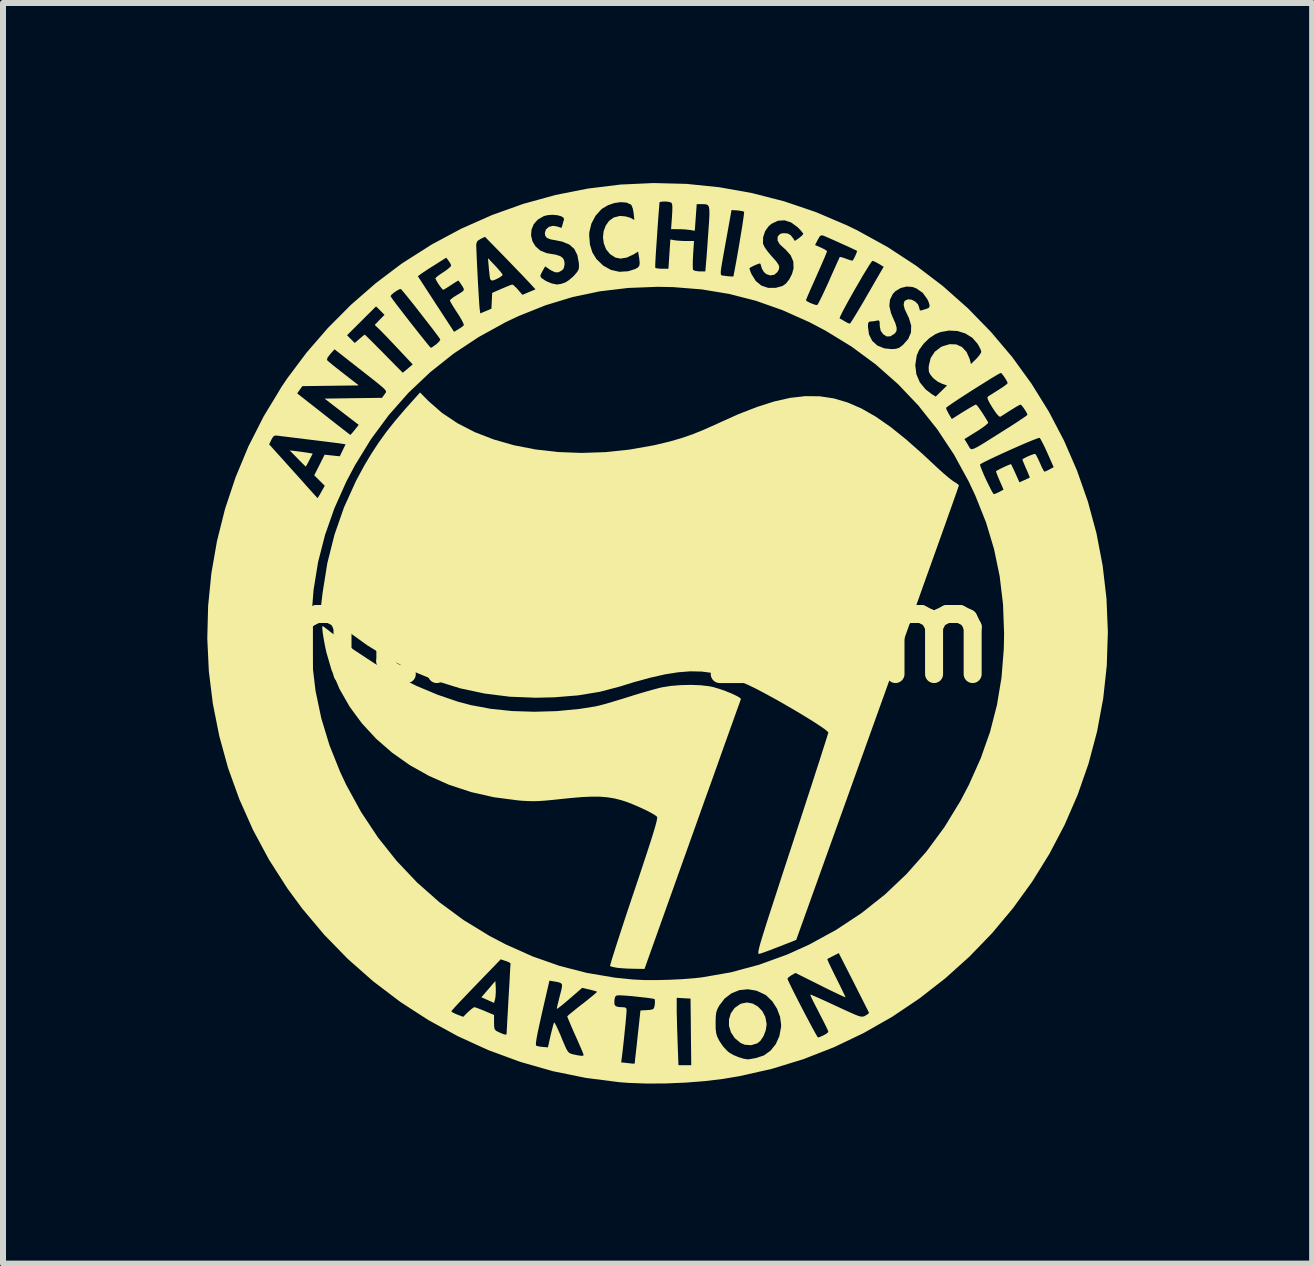
<source format=kicad_pcb>
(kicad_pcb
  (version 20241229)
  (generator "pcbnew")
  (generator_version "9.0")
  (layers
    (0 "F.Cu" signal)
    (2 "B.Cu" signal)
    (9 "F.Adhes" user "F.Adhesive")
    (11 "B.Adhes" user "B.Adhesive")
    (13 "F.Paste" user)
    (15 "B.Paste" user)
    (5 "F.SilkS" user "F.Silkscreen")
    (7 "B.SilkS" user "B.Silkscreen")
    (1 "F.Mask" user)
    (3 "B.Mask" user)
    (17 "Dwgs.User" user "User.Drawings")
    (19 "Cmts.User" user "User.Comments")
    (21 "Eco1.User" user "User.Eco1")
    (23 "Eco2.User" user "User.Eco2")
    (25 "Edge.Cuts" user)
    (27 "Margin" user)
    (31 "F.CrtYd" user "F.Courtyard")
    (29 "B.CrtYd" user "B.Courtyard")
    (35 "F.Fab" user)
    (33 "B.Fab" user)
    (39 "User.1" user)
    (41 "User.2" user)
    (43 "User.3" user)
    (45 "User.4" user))
  (footprint "antifa-15mm"
    (layer "F.Cu")
    (at 7.907 7.503)
    (property "Reference" "antifa-15mm" (at 0 0 0) (layer "F.SilkS") (effects (font (size 1.5 1.5) (thickness 0.3))))
    (attr board_only exclude_from_pos_files exclude_from_bom)
    (fp_poly (pts (xy -2.696 5.911) (xy -2.696 5.992) (xy -2.702 6.065) (xy -2.707 6.093) (xy -2.725 6.158) (xy -2.83 6.111) (xy -2.936 6.064) (xy -2.819 5.929) (xy -2.703 5.793)) (stroke (width 0) (type solid)) (fill yes) (layer "F.SilkS"))
    (fp_poly (pts (xy -6.009 -3.034) (xy -5.926 -3.023) (xy -5.849 -3.012) (xy -5.818 -3.007) (xy -5.747 -2.995) (xy -5.802 -2.887) (xy -5.833 -2.828) (xy -5.855 -2.789) (xy -5.862 -2.779) (xy -5.879 -2.794) (xy -5.919 -2.833) (xy -5.975 -2.889) (xy -5.999 -2.914) (xy -6.13 -3.048)) (stroke (width 0) (type solid)) (fill yes) (layer "F.SilkS"))
    (fp_poly (pts (xy -2.704 -6.123) (xy -2.647 -6.06) (xy -2.604 -6.009) (xy -2.583 -5.977) (xy -2.582 -5.973) (xy -2.6 -5.952) (xy -2.643 -5.924) (xy -2.696 -5.897) (xy -2.743 -5.88) (xy -2.759 -5.878) (xy -2.785 -5.895) (xy -2.789 -5.905) (xy -2.796 -5.939) (xy -2.803 -6.004) (xy -2.812 -6.086) (xy -2.812 -6.092) (xy -2.826 -6.251)) (stroke (width 0) (type solid)) (fill yes) (layer "F.SilkS"))
    (fp_poly (pts (xy 1.585 6.169) (xy 1.672 6.219) (xy 1.745 6.295) (xy 1.795 6.391) (xy 1.816 6.501) (xy 1.817 6.519) (xy 1.802 6.617) (xy 1.765 6.712) (xy 1.714 6.789) (xy 1.662 6.832) (xy 1.558 6.863) (xy 1.452 6.855) (xy 1.382 6.825) (xy 1.286 6.745) (xy 1.222 6.648) (xy 1.19 6.541) (xy 1.19 6.433) (xy 1.221 6.331) (xy 1.283 6.243) (xy 1.377 6.177) (xy 1.392 6.17) (xy 1.489 6.151)) (stroke (width 0) (type solid)) (fill yes) (layer "F.SilkS"))
    (fp_poly (pts (xy -5.56 -0.108) (xy -5.513 -0.072) (xy -5.446 -0.02) (xy -5.377 0.035) (xy -5.062 0.274) (xy -4.725 0.496) (xy -4.374 0.698) (xy -4.017 0.876) (xy -3.661 1.025) (xy -3.314 1.143) (xy -3.106 1.197) (xy -2.779 1.258) (xy -2.425 1.295) (xy -2.054 1.307) (xy -1.677 1.296) (xy -1.304 1.26) (xy -1.037 1.218) (xy -0.972 1.203) (xy -0.874 1.177) (xy -0.754 1.142) (xy -0.622 1.102) (xy -0.505 1.066) (xy -0.365 1.022) (xy -0.224 0.98) (xy -0.094 0.943) (xy 0.014 0.914) (xy 0.077 0.899) (xy 0.223 0.876) (xy 0.387 0.863) (xy 0.556 0.859) (xy 0.717 0.865) (xy 0.857 0.881) (xy 0.929 0.896) (xy 1.03 0.926) (xy 1.132 0.962) (xy 1.227 1) (xy 1.306 1.037) (xy 1.363 1.068) (xy 1.388 1.091) (xy 1.388 1.096) (xy 1.38 1.119) (xy 1.358 1.182) (xy 1.322 1.28) (xy 1.275 1.412) (xy 1.217 1.574) (xy 1.149 1.764) (xy 1.072 1.979) (xy 0.988 2.216) (xy 0.896 2.474) (xy 0.797 2.748) (xy 0.694 3.037) (xy 0.587 3.337) (xy 0.58 3.356) (xy -0.218 5.592) (xy -0.406 5.589) (xy -0.506 5.586) (xy -0.602 5.58) (xy -0.676 5.573) (xy -0.686 5.571) (xy -0.746 5.559) (xy -0.786 5.547) (xy -0.792 5.543) (xy -0.787 5.521) (xy -0.77 5.46) (xy -0.741 5.366) (xy -0.701 5.24) (xy -0.652 5.088) (xy -0.595 4.913) (xy -0.531 4.718) (xy -0.461 4.507) (xy -0.394 4.309) (xy -0.305 4.044) (xy -0.23 3.818) (xy -0.167 3.627) (xy -0.116 3.47) (xy -0.076 3.342) (xy -0.046 3.243) (xy -0.025 3.167) (xy -0.012 3.113) (xy -0.007 3.078) (xy -0.008 3.059) (xy -0.01 3.055) (xy -0.048 3.026) (xy -0.118 2.986) (xy -0.21 2.939) (xy -0.314 2.891) (xy -0.422 2.845) (xy -0.524 2.806) (xy -0.604 2.78) (xy -0.72 2.751) (xy -0.836 2.732) (xy -0.958 2.722) (xy -1.095 2.721) (xy -1.256 2.728) (xy -1.446 2.744) (xy -1.579 2.758) (xy -1.741 2.775) (xy -1.869 2.787) (xy -1.974 2.794) (xy -2.066 2.797) (xy -2.154 2.795) (xy -2.249 2.79) (xy -2.332 2.783) (xy -2.728 2.731) (xy -3.107 2.645) (xy -3.469 2.526) (xy -3.81 2.375) (xy -4.129 2.196) (xy -4.423 1.989) (xy -4.689 1.757) (xy -4.926 1.501) (xy -5.13 1.224) (xy -5.3 0.927) (xy -5.433 0.611) (xy -5.521 0.308) (xy -5.546 0.188) (xy -5.566 0.078) (xy -5.58 -0.014) (xy -5.587 -0.082) (xy -5.585 -0.117) (xy -5.581 -0.121)) (stroke (width 0) (type solid)) (fill yes) (layer "F.SilkS"))
    (fp_poly (pts (xy -3.816 -3.869) (xy -3.592 -3.673) (xy -3.335 -3.501) (xy -3.047 -3.353) (xy -2.732 -3.231) (xy -2.394 -3.134) (xy -2.035 -3.064) (xy -1.66 -3.021) (xy -1.272 -3.006) (xy -0.874 -3.019) (xy -0.471 -3.061) (xy -0.064 -3.133) (xy -0.015 -3.144) (xy 0.198 -3.195) (xy 0.392 -3.251) (xy 0.579 -3.315) (xy 0.774 -3.394) (xy 0.991 -3.491) (xy 1.018 -3.504) (xy 1.35 -3.653) (xy 1.657 -3.772) (xy 1.941 -3.863) (xy 2.207 -3.923) (xy 2.459 -3.952) (xy 2.7 -3.95) (xy 2.934 -3.915) (xy 3.166 -3.847) (xy 3.398 -3.746) (xy 3.636 -3.61) (xy 3.882 -3.439) (xy 4.141 -3.231) (xy 4.417 -2.987) (xy 4.571 -2.843) (xy 4.669 -2.752) (xy 4.762 -2.668) (xy 4.844 -2.598) (xy 4.907 -2.549) (xy 4.939 -2.527) (xy 4.989 -2.496) (xy 5.018 -2.47) (xy 5.021 -2.464) (xy 5.013 -2.441) (xy 4.992 -2.38) (xy 4.957 -2.281) (xy 4.91 -2.147) (xy 4.85 -1.979) (xy 4.78 -1.781) (xy 4.699 -1.554) (xy 4.608 -1.3) (xy 4.508 -1.021) (xy 4.4 -0.719) (xy 4.285 -0.396) (xy 4.163 -0.055) (xy 4.035 0.302) (xy 3.901 0.675) (xy 3.763 1.06) (xy 3.665 1.332) (xy 2.31 5.108) (xy 2.034 5.217) (xy 1.927 5.258) (xy 1.83 5.295) (xy 1.752 5.323) (xy 1.705 5.338) (xy 1.7 5.339) (xy 1.69 5.341) (xy 1.683 5.339) (xy 1.679 5.33) (xy 1.678 5.313) (xy 1.683 5.284) (xy 1.692 5.241) (xy 1.708 5.181) (xy 1.731 5.103) (xy 1.762 5.002) (xy 1.801 4.878) (xy 1.849 4.727) (xy 1.908 4.546) (xy 1.977 4.334) (xy 2.057 4.087) (xy 2.15 3.803) (xy 2.244 3.517) (xy 2.333 3.243) (xy 2.419 2.981) (xy 2.499 2.734) (xy 2.574 2.505) (xy 2.641 2.296) (xy 2.701 2.112) (xy 2.751 1.954) (xy 2.792 1.826) (xy 2.822 1.731) (xy 2.84 1.673) (xy 2.845 1.653) (xy 2.826 1.63) (xy 2.774 1.589) (xy 2.693 1.534) (xy 2.589 1.466) (xy 2.466 1.39) (xy 2.33 1.308) (xy 2.186 1.224) (xy 2.039 1.139) (xy 1.893 1.058) (xy 1.754 0.983) (xy 1.628 0.917) (xy 1.519 0.864) (xy 1.486 0.849) (xy 1.29 0.767) (xy 1.103 0.704) (xy 0.92 0.661) (xy 0.736 0.637) (xy 0.546 0.633) (xy 0.342 0.649) (xy 0.121 0.684) (xy -0.124 0.74) (xy -0.398 0.815) (xy -0.637 0.889) (xy -0.966 0.975) (xy -1.327 1.034) (xy -1.721 1.066) (xy -2.032 1.073) (xy -2.463 1.056) (xy -2.879 1.004) (xy -3.283 0.918) (xy -3.677 0.796) (xy -4.066 0.636) (xy -4.452 0.438) (xy -4.838 0.199) (xy -5.226 -0.08) (xy -5.554 -0.344) (xy -5.615 -0.396) (xy -5.582 -0.674) (xy -5.503 -1.168) (xy -5.384 -1.642) (xy -5.225 -2.099) (xy -5.025 -2.54) (xy -4.888 -2.794) (xy -4.769 -2.993) (xy -4.649 -3.176) (xy -4.522 -3.353) (xy -4.378 -3.534) (xy -4.213 -3.728) (xy -4.122 -3.83) (xy -3.958 -4.013)) (stroke (width 0) (type solid)) (fill yes) (layer "F.SilkS"))
    (fp_poly (pts (xy 0.482 -7.489) (xy 1.029 -7.433) (xy 1.573 -7.336) (xy 2.11 -7.198) (xy 2.638 -7.019) (xy 3.156 -6.798) (xy 3.329 -6.714) (xy 3.832 -6.437) (xy 4.306 -6.127) (xy 4.753 -5.787) (xy 5.169 -5.418) (xy 5.555 -5.022) (xy 5.91 -4.602) (xy 6.231 -4.159) (xy 6.519 -3.695) (xy 6.772 -3.212) (xy 6.989 -2.712) (xy 7.17 -2.196) (xy 7.313 -1.668) (xy 7.416 -1.129) (xy 7.48 -0.58) (xy 7.503 -0.025) (xy 7.485 0.537) (xy 7.425 1.088) (xy 7.323 1.636) (xy 7.181 2.17) (xy 7 2.69) (xy 6.782 3.192) (xy 6.528 3.676) (xy 6.241 4.139) (xy 5.922 4.58) (xy 5.573 4.997) (xy 5.195 5.388) (xy 4.791 5.751) (xy 4.362 6.085) (xy 3.91 6.389) (xy 3.436 6.659) (xy 2.943 6.895) (xy 2.432 7.095) (xy 1.904 7.257) (xy 1.363 7.379) (xy 1.088 7.425) (xy 0.789 7.461) (xy 0.47 7.486) (xy 0.142 7.5) (xy -0.178 7.502) (xy -0.479 7.491) (xy -0.63 7.48) (xy -1.195 7.408) (xy -1.749 7.295) (xy -2.29 7.14) (xy -2.817 6.946) (xy -3 6.863) (xy -2.027 6.863) (xy -2.023 6.87) (xy -1.986 6.882) (xy -1.926 6.891) (xy -1.913 6.892) (xy -1.827 6.899) (xy -1.782 6.697) (xy -1.76 6.608) (xy -1.742 6.537) (xy -1.728 6.492) (xy -1.723 6.483) (xy -1.711 6.498) (xy -1.685 6.546) (xy -1.651 6.62) (xy -1.61 6.714) (xy -1.603 6.733) (xy -1.558 6.84) (xy -1.526 6.913) (xy -1.5 6.96) (xy -1.476 6.988) (xy -1.449 7.003) (xy -1.415 7.014) (xy -1.407 7.015) (xy -1.338 7.03) (xy -1.279 7.039) (xy -1.27 7.039) (xy -1.239 7.038) (xy -1.233 7.022) (xy -1.249 6.979) (xy -1.252 6.971) (xy -1.272 6.923) (xy -1.306 6.846) (xy -1.348 6.75) (xy -1.394 6.648) (xy -1.436 6.551) (xy -1.471 6.469) (xy -1.495 6.411) (xy -1.505 6.384) (xy -1.505 6.383) (xy -1.489 6.366) (xy -1.443 6.327) (xy -1.375 6.272) (xy -1.291 6.205) (xy -1.254 6.177) (xy -0.72 6.177) (xy -0.699 6.212) (xy -0.648 6.227) (xy -0.599 6.229) (xy -0.544 6.233) (xy -0.521 6.249) (xy -0.516 6.285) (xy -0.519 6.326) (xy -0.525 6.401) (xy -0.534 6.501) (xy -0.546 6.616) (xy -0.558 6.738) (xy -0.571 6.856) (xy -0.583 6.962) (xy -0.593 7.046) (xy -0.594 7.057) (xy -0.607 7.149) (xy -0.523 7.158) (xy -0.461 7.165) (xy -0.417 7.17) (xy -0.412 7.17) (xy -0.385 7.17) (xy -0.382 7.168) (xy -0.379 7.146) (xy -0.373 7.086) (xy -0.363 6.996) (xy -0.35 6.883) (xy -0.336 6.752) (xy -0.333 6.724) (xy -0.285 6.284) (xy -0.173 6.278) (xy -0.107 6.272) (xy -0.072 6.26) (xy -0.057 6.235) (xy 0.319 6.235) (xy 0.319 6.312) (xy 0.322 6.422) (xy 0.325 6.553) (xy 0.33 6.694) (xy 0.333 6.797) (xy 0.348 7.196) (xy 0.454 7.196) (xy 0.561 7.196) (xy 0.555 6.641) (xy 0.554 6.493) (xy 0.967 6.493) (xy 0.968 6.59) (xy 0.976 6.659) (xy 0.992 6.716) (xy 1.021 6.776) (xy 1.035 6.8) (xy 1.09 6.881) (xy 1.156 6.954) (xy 1.193 6.985) (xy 1.265 7.027) (xy 1.352 7.063) (xy 1.437 7.089) (xy 1.506 7.099) (xy 1.527 7.097) (xy 1.57 7.089) (xy 1.632 7.078) (xy 1.645 7.075) (xy 1.773 7.033) (xy 1.882 6.954) (xy 1.969 6.846) (xy 2.029 6.713) (xy 2.057 6.563) (xy 2.059 6.524) (xy 2.041 6.389) (xy 1.99 6.254) (xy 1.913 6.133) (xy 1.815 6.037) (xy 1.79 6.02) (xy 1.65 5.955) (xy 1.506 5.931) (xy 1.364 5.945) (xy 1.232 5.998) (xy 1.117 6.086) (xy 1.029 6.201) (xy 0.997 6.259) (xy 0.979 6.313) (xy 0.97 6.377) (xy 0.967 6.466) (xy 0.967 6.493) (xy 0.554 6.493) (xy 0.549 6.086) (xy 0.434 6.08) (xy 0.319 6.073) (xy 0.319 6.235) (xy -0.057 6.235) (xy -0.056 6.233) (xy -0.047 6.19) (xy -0.043 6.134) (xy -0.048 6.098) (xy -0.05 6.095) (xy -0.077 6.088) (xy -0.137 6.078) (xy -0.221 6.068) (xy -0.32 6.057) (xy -0.422 6.046) (xy -0.518 6.038) (xy -0.598 6.033) (xy -0.642 6.031) (xy -0.687 6.036) (xy -0.708 6.058) (xy -0.719 6.11) (xy -0.719 6.114) (xy -0.72 6.177) (xy -1.254 6.177) (xy -1.252 6.176) (xy -1.164 6.106) (xy -1.09 6.046) (xy -1.037 6.001) (xy -1.01 5.975) (xy -1.008 5.972) (xy -1.033 5.962) (xy -1.087 5.947) (xy -1.137 5.935) (xy -1.256 5.907) (xy -1.468 6.091) (xy -1.548 6.159) (xy -1.613 6.212) (xy -1.66 6.247) (xy -1.68 6.259) (xy -1.68 6.258) (xy -1.675 6.23) (xy -1.661 6.17) (xy -1.641 6.088) (xy -1.628 6.038) (xy -1.603 5.941) (xy -1.591 5.879) (xy -1.596 5.843) (xy -1.62 5.823) (xy -1.667 5.81) (xy -1.725 5.8) (xy -1.802 5.787) (xy -1.925 6.321) (xy -1.966 6.505) (xy -1.997 6.648) (xy -2.017 6.754) (xy -2.027 6.825) (xy -2.027 6.863) (xy -3 6.863) (xy -3.328 6.713) (xy -3.819 6.444) (xy -4.044 6.299) (xy -3.438 6.299) (xy -3.42 6.314) (xy -3.373 6.338) (xy -3.339 6.352) (xy -3.239 6.39) (xy -3.157 6.309) (xy -3.106 6.264) (xy -3.066 6.235) (xy -3.053 6.229) (xy -3.023 6.237) (xy -2.965 6.259) (xy -2.89 6.289) (xy -2.878 6.294) (xy -2.725 6.359) (xy -2.725 6.485) (xy -2.723 6.556) (xy -2.714 6.597) (xy -2.691 6.623) (xy -2.645 6.646) (xy -2.637 6.65) (xy -2.57 6.678) (xy -2.533 6.688) (xy -2.518 6.68) (xy -2.515 6.663) (xy -2.514 6.634) (xy -2.51 6.568) (xy -2.505 6.47) (xy -2.498 6.347) (xy -2.49 6.205) (xy -2.483 6.075) (xy -2.474 5.923) (xy -2.466 5.785) (xy -2.46 5.668) (xy -2.455 5.577) (xy -2.451 5.519) (xy -2.45 5.5) (xy -2.469 5.485) (xy -2.515 5.464) (xy -2.532 5.459) (xy -2.613 5.432) (xy -3.025 5.858) (xy -3.134 5.971) (xy -3.232 6.074) (xy -3.316 6.162) (xy -3.38 6.232) (xy -3.422 6.279) (xy -3.438 6.299) (xy -3.438 6.299) (xy -4.044 6.299) (xy -4.29 6.139) (xy -4.738 5.799) (xy -5.161 5.426) (xy -5.556 5.021) (xy -5.922 4.585) (xy -6.167 4.252) (xy -6.475 3.771) (xy -6.742 3.274) (xy -6.969 2.764) (xy -7.157 2.243) (xy -7.303 1.712) (xy -7.41 1.175) (xy -7.477 0.633) (xy -7.503 0.088) (xy -7.501 -0.000001) (xy -5.774 -0.000001) (xy -5.755 0.49) (xy -5.699 0.961) (xy -5.603 1.417) (xy -5.467 1.865) (xy -5.29 2.308) (xy -5.187 2.527) (xy -4.94 2.978) (xy -4.66 3.4) (xy -4.349 3.791) (xy -4.007 4.152) (xy -3.635 4.481) (xy -3.232 4.778) (xy -2.8 5.042) (xy -2.527 5.185) (xy -2.081 5.384) (xy -1.634 5.541) (xy -1.18 5.658) (xy -0.713 5.737) (xy -0.412 5.768) (xy -0.233 5.777) (xy -0.025 5.778) (xy 0.197 5.773) (xy 0.419 5.762) (xy 0.509 5.755) (xy 2.164 5.755) (xy 2.174 5.781) (xy 2.201 5.838) (xy 2.241 5.921) (xy 2.292 6.023) (xy 2.35 6.136) (xy 2.412 6.256) (xy 2.474 6.375) (xy 2.533 6.486) (xy 2.586 6.585) (xy 2.629 6.663) (xy 2.659 6.715) (xy 2.673 6.735) (xy 2.674 6.735) (xy 2.702 6.726) (xy 2.753 6.704) (xy 2.768 6.697) (xy 2.817 6.669) (xy 2.844 6.644) (xy 2.845 6.639) (xy 2.836 6.613) (xy 2.809 6.555) (xy 2.769 6.474) (xy 2.718 6.375) (xy 2.691 6.322) (xy 2.638 6.219) (xy 2.593 6.131) (xy 2.561 6.064) (xy 2.545 6.025) (xy 2.543 6.019) (xy 2.564 6.025) (xy 2.619 6.048) (xy 2.702 6.085) (xy 2.807 6.132) (xy 2.928 6.188) (xy 2.973 6.209) (xy 3.113 6.274) (xy 3.219 6.322) (xy 3.297 6.356) (xy 3.352 6.377) (xy 3.391 6.386) (xy 3.419 6.387) (xy 3.442 6.381) (xy 3.462 6.371) (xy 3.505 6.344) (xy 3.523 6.323) (xy 3.522 6.321) (xy 3.511 6.297) (xy 3.482 6.24) (xy 3.439 6.155) (xy 3.385 6.048) (xy 3.321 5.922) (xy 3.268 5.816) (xy 3.019 5.328) (xy 2.927 5.375) (xy 2.871 5.404) (xy 2.834 5.423) (xy 2.828 5.428) (xy 2.835 5.448) (xy 2.858 5.501) (xy 2.896 5.58) (xy 2.943 5.677) (xy 2.976 5.743) (xy 3.029 5.849) (xy 3.074 5.941) (xy 3.108 6.012) (xy 3.128 6.055) (xy 3.131 6.064) (xy 3.112 6.058) (xy 3.06 6.035) (xy 2.98 5.997) (xy 2.878 5.948) (xy 2.76 5.89) (xy 2.715 5.867) (xy 2.298 5.659) (xy 2.231 5.697) (xy 2.187 5.727) (xy 2.165 5.752) (xy 2.164 5.755) (xy 0.509 5.755) (xy 0.628 5.745) (xy 0.736 5.733) (xy 1.219 5.649) (xy 1.695 5.521) (xy 2.163 5.351) (xy 2.527 5.186) (xy 2.977 4.94) (xy 3.399 4.661) (xy 3.79 4.351) (xy 4.15 4.009) (xy 4.48 3.636) (xy 4.778 3.232) (xy 5.043 2.799) (xy 5.186 2.527) (xy 5.384 2.084) (xy 5.54 1.642) (xy 5.655 1.194) (xy 5.731 0.736) (xy 5.769 0.26) (xy 5.774 -0.000001) (xy 5.756 -0.486) (xy 5.7 -0.953) (xy 5.606 -1.406) (xy 5.472 -1.851) (xy 5.296 -2.292) (xy 5.186 -2.527) (xy 5.03 -2.812) (xy 5.372 -2.812) (xy 5.381 -2.779) (xy 5.404 -2.719) (xy 5.437 -2.641) (xy 5.476 -2.555) (xy 5.517 -2.471) (xy 5.554 -2.397) (xy 5.584 -2.343) (xy 5.601 -2.319) (xy 5.603 -2.319) (xy 5.636 -2.329) (xy 5.687 -2.353) (xy 5.695 -2.357) (xy 5.765 -2.395) (xy 5.699 -2.545) (xy 5.668 -2.618) (xy 5.647 -2.673) (xy 5.639 -2.701) (xy 5.64 -2.702) (xy 5.667 -2.719) (xy 5.718 -2.745) (xy 5.778 -2.774) (xy 5.836 -2.8) (xy 5.877 -2.816) (xy 5.889 -2.819) (xy 5.901 -2.797) (xy 5.926 -2.745) (xy 5.959 -2.674) (xy 5.963 -2.664) (xy 6.03 -2.516) (xy 6.113 -2.554) (xy 6.166 -2.578) (xy 6.198 -2.592) (xy 6.202 -2.594) (xy 6.196 -2.614) (xy 6.176 -2.663) (xy 6.146 -2.733) (xy 6.14 -2.745) (xy 6.109 -2.818) (xy 6.087 -2.872) (xy 6.079 -2.899) (xy 6.08 -2.9) (xy 6.115 -2.922) (xy 6.169 -2.948) (xy 6.227 -2.972) (xy 6.274 -2.988) (xy 6.293 -2.989) (xy 6.311 -2.965) (xy 6.338 -2.911) (xy 6.371 -2.839) (xy 6.373 -2.835) (xy 6.404 -2.764) (xy 6.431 -2.714) (xy 6.446 -2.693) (xy 6.447 -2.693) (xy 6.473 -2.703) (xy 6.521 -2.726) (xy 6.53 -2.731) (xy 6.6 -2.769) (xy 6.493 -3.01) (xy 6.45 -3.104) (xy 6.411 -3.182) (xy 6.382 -3.236) (xy 6.365 -3.258) (xy 6.365 -3.258) (xy 6.339 -3.252) (xy 6.28 -3.23) (xy 6.195 -3.196) (xy 6.091 -3.152) (xy 5.975 -3.101) (xy 5.853 -3.047) (xy 5.732 -2.992) (xy 5.618 -2.939) (xy 5.519 -2.892) (xy 5.44 -2.853) (xy 5.389 -2.825) (xy 5.372 -2.812) (xy 5.03 -2.812) (xy 4.94 -2.977) (xy 4.661 -3.399) (xy 4.376 -3.757) (xy 4.807 -3.757) (xy 4.816 -3.726) (xy 4.842 -3.675) (xy 4.854 -3.653) (xy 4.903 -3.571) (xy 5.095 -3.692) (xy 5.177 -3.742) (xy 5.245 -3.782) (xy 5.291 -3.807) (xy 5.306 -3.812) (xy 5.325 -3.795) (xy 5.361 -3.747) (xy 5.409 -3.677) (xy 5.462 -3.593) (xy 5.51 -3.514) (xy 5.498 -3.494) (xy 5.454 -3.457) (xy 5.386 -3.408) (xy 5.318 -3.364) (xy 5.113 -3.237) (xy 5.171 -3.142) (xy 5.188 -3.112) (xy 5.202 -3.088) (xy 5.217 -3.073) (xy 5.237 -3.068) (xy 5.268 -3.076) (xy 5.313 -3.097) (xy 5.377 -3.133) (xy 5.465 -3.187) (xy 5.581 -3.26) (xy 5.73 -3.354) (xy 5.742 -3.362) (xy 5.863 -3.438) (xy 5.971 -3.507) (xy 6.059 -3.566) (xy 6.124 -3.61) (xy 6.158 -3.636) (xy 6.163 -3.642) (xy 6.152 -3.672) (xy 6.124 -3.719) (xy 6.091 -3.767) (xy 6.061 -3.803) (xy 6.048 -3.812) (xy 6.023 -3.801) (xy 5.971 -3.772) (xy 5.903 -3.73) (xy 5.883 -3.718) (xy 5.81 -3.671) (xy 5.75 -3.633) (xy 5.713 -3.61) (xy 5.71 -3.608) (xy 5.686 -3.618) (xy 5.645 -3.664) (xy 5.592 -3.741) (xy 5.58 -3.76) (xy 5.53 -3.843) (xy 5.503 -3.897) (xy 5.496 -3.929) (xy 5.506 -3.946) (xy 5.507 -3.947) (xy 5.539 -3.967) (xy 5.597 -4.004) (xy 5.67 -4.05) (xy 5.685 -4.059) (xy 5.755 -4.105) (xy 5.807 -4.142) (xy 5.832 -4.166) (xy 5.834 -4.169) (xy 5.822 -4.199) (xy 5.795 -4.245) (xy 5.762 -4.294) (xy 5.733 -4.33) (xy 5.72 -4.339) (xy 5.695 -4.328) (xy 5.641 -4.297) (xy 5.562 -4.25) (xy 5.466 -4.19) (xy 5.359 -4.123) (xy 5.246 -4.052) (xy 5.134 -3.98) (xy 5.029 -3.912) (xy 4.938 -3.852) (xy 4.867 -3.803) (xy 4.821 -3.77) (xy 4.807 -3.757) (xy 4.376 -3.757) (xy 4.351 -3.79) (xy 4.009 -4.15) (xy 3.648 -4.469) (xy 4.294 -4.469) (xy 4.312 -4.318) (xy 4.37 -4.182) (xy 4.467 -4.064) (xy 4.57 -3.985) (xy 4.635 -3.945) (xy 4.73 -4.038) (xy 4.824 -4.13) (xy 4.737 -4.16) (xy 4.666 -4.195) (xy 4.597 -4.249) (xy 4.58 -4.268) (xy 4.539 -4.32) (xy 4.52 -4.365) (xy 4.517 -4.424) (xy 4.52 -4.462) (xy 4.551 -4.588) (xy 4.619 -4.692) (xy 4.72 -4.769) (xy 4.743 -4.781) (xy 4.867 -4.818) (xy 4.978 -4.814) (xy 5.073 -4.77) (xy 5.148 -4.689) (xy 5.2 -4.573) (xy 5.206 -4.551) (xy 5.221 -4.487) (xy 5.308 -4.571) (xy 5.356 -4.625) (xy 5.387 -4.671) (xy 5.394 -4.691) (xy 5.383 -4.729) (xy 5.354 -4.787) (xy 5.33 -4.827) (xy 5.243 -4.926) (xy 5.128 -4.997) (xy 4.996 -5.038) (xy 4.855 -5.045) (xy 4.712 -5.019) (xy 4.633 -4.987) (xy 4.529 -4.919) (xy 4.433 -4.826) (xy 4.358 -4.722) (xy 4.318 -4.63) (xy 4.294 -4.469) (xy 3.648 -4.469) (xy 3.636 -4.48) (xy 3.232 -4.778) (xy 2.799 -5.043) (xy 2.672 -5.11) (xy 3.505 -5.11) (xy 3.523 -4.979) (xy 3.576 -4.874) (xy 3.661 -4.796) (xy 3.776 -4.749) (xy 3.894 -4.736) (xy 3.97 -4.74) (xy 4.025 -4.758) (xy 4.081 -4.799) (xy 4.087 -4.804) (xy 4.176 -4.904) (xy 4.222 -5.011) (xy 4.226 -5.127) (xy 4.188 -5.254) (xy 4.163 -5.306) (xy 4.117 -5.404) (xy 4.1 -5.475) (xy 4.11 -5.526) (xy 4.124 -5.544) (xy 4.174 -5.566) (xy 4.235 -5.559) (xy 4.295 -5.527) (xy 4.341 -5.479) (xy 4.361 -5.42) (xy 4.362 -5.415) (xy 4.37 -5.381) (xy 4.397 -5.381) (xy 4.446 -5.397) (xy 4.484 -5.408) (xy 4.523 -5.426) (xy 4.534 -5.46) (xy 4.518 -5.517) (xy 4.494 -5.569) (xy 4.418 -5.674) (xy 4.314 -5.746) (xy 4.249 -5.771) (xy 4.152 -5.779) (xy 4.051 -5.754) (xy 3.962 -5.7) (xy 3.919 -5.654) (xy 3.872 -5.558) (xy 3.862 -5.454) (xy 3.89 -5.334) (xy 3.92 -5.262) (xy 3.964 -5.162) (xy 3.984 -5.09) (xy 3.981 -5.038) (xy 3.956 -5) (xy 3.95 -4.994) (xy 3.879 -4.949) (xy 3.816 -4.947) (xy 3.758 -4.985) (xy 3.717 -5.043) (xy 3.703 -5.117) (xy 3.702 -5.132) (xy 3.7 -5.189) (xy 3.689 -5.213) (xy 3.663 -5.213) (xy 3.653 -5.21) (xy 3.589 -5.199) (xy 3.554 -5.197) (xy 3.522 -5.191) (xy 3.508 -5.164) (xy 3.505 -5.11) (xy 2.672 -5.11) (xy 2.527 -5.186) (xy 2.386 -5.249) (xy 3.033 -5.249) (xy 3.033 -5.247) (xy 3.065 -5.231) (xy 3.114 -5.202) (xy 3.12 -5.198) (xy 3.169 -5.171) (xy 3.202 -5.16) (xy 3.204 -5.16) (xy 3.22 -5.18) (xy 3.254 -5.232) (xy 3.303 -5.312) (xy 3.365 -5.415) (xy 3.436 -5.535) (xy 3.494 -5.636) (xy 3.767 -6.108) (xy 3.685 -6.158) (xy 3.63 -6.188) (xy 3.589 -6.205) (xy 3.581 -6.207) (xy 3.564 -6.189) (xy 3.53 -6.139) (xy 3.483 -6.063) (xy 3.425 -5.969) (xy 3.362 -5.86) (xy 3.295 -5.745) (xy 3.229 -5.629) (xy 3.167 -5.518) (xy 3.113 -5.418) (xy 3.07 -5.336) (xy 3.042 -5.277) (xy 3.033 -5.249) (xy 2.386 -5.249) (xy 2.084 -5.384) (xy 1.642 -5.54) (xy 1.604 -5.55) (xy 2.472 -5.55) (xy 2.49 -5.533) (xy 2.534 -5.51) (xy 2.588 -5.487) (xy 2.636 -5.472) (xy 2.658 -5.47) (xy 2.674 -5.49) (xy 2.703 -5.545) (xy 2.744 -5.628) (xy 2.793 -5.732) (xy 2.848 -5.852) (xy 2.855 -5.868) (xy 2.909 -5.99) (xy 2.957 -6.097) (xy 2.996 -6.184) (xy 3.023 -6.243) (xy 3.035 -6.27) (xy 3.036 -6.271) (xy 3.058 -6.269) (xy 3.108 -6.254) (xy 3.143 -6.241) (xy 3.202 -6.22) (xy 3.242 -6.21) (xy 3.25 -6.21) (xy 3.269 -6.24) (xy 3.293 -6.287) (xy 3.314 -6.336) (xy 3.324 -6.368) (xy 3.324 -6.373) (xy 3.302 -6.384) (xy 3.249 -6.409) (xy 3.174 -6.444) (xy 3.085 -6.484) (xy 2.992 -6.526) (xy 2.903 -6.566) (xy 2.827 -6.599) (xy 2.774 -6.622) (xy 2.763 -6.626) (xy 2.73 -6.633) (xy 2.704 -6.617) (xy 2.675 -6.569) (xy 2.669 -6.558) (xy 2.624 -6.47) (xy 2.724 -6.427) (xy 2.781 -6.399) (xy 2.817 -6.375) (xy 2.823 -6.366) (xy 2.815 -6.341) (xy 2.791 -6.282) (xy 2.754 -6.196) (xy 2.708 -6.09) (xy 2.654 -5.969) (xy 2.648 -5.954) (xy 2.594 -5.833) (xy 2.546 -5.726) (xy 2.508 -5.639) (xy 2.483 -5.578) (xy 2.472 -5.55) (xy 2.472 -5.55) (xy 1.604 -5.55) (xy 1.194 -5.655) (xy 0.736 -5.731) (xy 0.26 -5.769) (xy -0.000001 -5.774) (xy -0.49 -5.755) (xy -0.961 -5.699) (xy -1.417 -5.603) (xy -1.865 -5.467) (xy -2.308 -5.29) (xy -2.527 -5.187) (xy -2.978 -4.939) (xy -3.4 -4.66) (xy -3.791 -4.349) (xy -4.152 -4.007) (xy -4.481 -3.634) (xy -4.779 -3.23) (xy -5.045 -2.796) (xy -5.187 -2.527) (xy -5.385 -2.084) (xy -5.541 -1.639) (xy -5.657 -1.188) (xy -5.732 -0.725) (xy -5.77 -0.245) (xy -5.774 -0.000001) (xy -7.501 -0.000001) (xy -7.489 -0.457) (xy -7.435 -1.001) (xy -7.341 -1.54) (xy -7.207 -2.074) (xy -7.032 -2.599) (xy -6.818 -3.114) (xy -6.8 -3.149) (xy -6.472 -3.149) (xy -6.219 -2.868) (xy -6.121 -2.759) (xy -6.02 -2.647) (xy -5.926 -2.542) (xy -5.848 -2.454) (xy -5.817 -2.42) (xy -5.755 -2.351) (xy -5.705 -2.295) (xy -5.673 -2.261) (xy -5.665 -2.253) (xy -5.654 -2.27) (xy -5.627 -2.314) (xy -5.604 -2.355) (xy -5.546 -2.459) (xy -5.633 -2.546) (xy -5.721 -2.633) (xy -5.634 -2.805) (xy -5.548 -2.977) (xy -5.422 -2.963) (xy -5.295 -2.95) (xy -5.247 -3.05) (xy -5.199 -3.15) (xy -5.28 -3.162) (xy -5.326 -3.169) (xy -5.408 -3.179) (xy -5.518 -3.193) (xy -5.647 -3.209) (xy -5.787 -3.226) (xy -5.812 -3.229) (xy -5.952 -3.247) (xy -6.081 -3.262) (xy -6.192 -3.276) (xy -6.276 -3.286) (xy -6.325 -3.293) (xy -6.33 -3.294) (xy -6.378 -3.295) (xy -6.408 -3.274) (xy -6.435 -3.226) (xy -6.472 -3.149) (xy -6.8 -3.149) (xy -6.563 -3.616) (xy -6.331 -3.998) (xy -6.005 -3.998) (xy -5.565 -3.653) (xy -5.446 -3.559) (xy -5.338 -3.475) (xy -5.247 -3.404) (xy -5.177 -3.35) (xy -5.133 -3.316) (xy -5.119 -3.307) (xy -5.103 -3.322) (xy -5.069 -3.362) (xy -5.046 -3.39) (xy -4.98 -3.474) (xy -5.264 -3.692) (xy -5.548 -3.911) (xy -5.07 -3.918) (xy -4.592 -3.924) (xy -4.551 -3.98) (xy -4.537 -3.999) (xy -4.527 -4.014) (xy -4.524 -4.03) (xy -4.533 -4.049) (xy -4.556 -4.076) (xy -4.598 -4.113) (xy -4.66 -4.165) (xy -4.748 -4.235) (xy -4.864 -4.326) (xy -4.977 -4.414) (xy -5.383 -4.733) (xy -5.454 -4.654) (xy -5.499 -4.595) (xy -5.509 -4.557) (xy -5.504 -4.549) (xy -5.48 -4.527) (xy -5.428 -4.483) (xy -5.354 -4.424) (xy -5.266 -4.355) (xy -5.23 -4.327) (xy -4.978 -4.131) (xy -5.448 -4.125) (xy -5.919 -4.119) (xy -5.962 -4.059) (xy -6.005 -3.998) (xy -6.331 -3.998) (xy -6.268 -4.104) (xy -6.17 -4.249) (xy -5.851 -4.675) (xy -5.598 -4.967) (xy -5.174 -4.967) (xy -5.11 -4.902) (xy -5.046 -4.838) (xy -4.966 -4.907) (xy -4.919 -4.948) (xy -4.886 -4.973) (xy -4.879 -4.977) (xy -4.862 -4.962) (xy -4.819 -4.92) (xy -4.755 -4.857) (xy -4.674 -4.775) (xy -4.581 -4.682) (xy -4.559 -4.659) (xy -4.246 -4.342) (xy -4.163 -4.411) (xy -4.08 -4.481) (xy -4.318 -4.734) (xy -4.406 -4.828) (xy -4.491 -4.917) (xy -4.564 -4.993) (xy -4.618 -5.048) (xy -4.634 -5.064) (xy -4.713 -5.139) (xy -4.632 -5.223) (xy -4.55 -5.307) (xy -4.62 -5.378) (xy -4.691 -5.448) (xy -4.933 -5.207) (xy -5.174 -4.967) (xy -5.598 -4.967) (xy -5.496 -5.085) (xy -5.111 -5.472) (xy -4.944 -5.618) (xy -4.449 -5.618) (xy -4.436 -5.597) (xy -4.401 -5.547) (xy -4.347 -5.475) (xy -4.279 -5.387) (xy -4.202 -5.287) (xy -4.12 -5.181) (xy -4.037 -5.076) (xy -3.959 -4.977) (xy -3.889 -4.89) (xy -3.833 -4.82) (xy -3.794 -4.774) (xy -3.777 -4.757) (xy -3.777 -4.757) (xy -3.754 -4.769) (xy -3.71 -4.8) (xy -3.689 -4.815) (xy -3.644 -4.856) (xy -3.622 -4.89) (xy -3.622 -4.899) (xy -3.638 -4.924) (xy -3.677 -4.977) (xy -3.734 -5.053) (xy -3.804 -5.144) (xy -3.883 -5.245) (xy -3.965 -5.351) (xy -4.046 -5.455) (xy -4.122 -5.55) (xy -4.188 -5.632) (xy -4.239 -5.694) (xy -4.27 -5.73) (xy -4.277 -5.737) (xy -4.304 -5.732) (xy -4.349 -5.707) (xy -4.398 -5.673) (xy -4.436 -5.64) (xy -4.449 -5.618) (xy -4.944 -5.618) (xy -4.702 -5.829) (xy -4.543 -5.95) (xy -3.994 -5.95) (xy -3.693 -5.487) (xy -3.391 -5.024) (xy -3.316 -5.069) (xy -3.265 -5.102) (xy -3.231 -5.13) (xy -3.228 -5.134) (xy -3.234 -5.16) (xy -3.26 -5.214) (xy -3.302 -5.286) (xy -3.338 -5.341) (xy -3.389 -5.42) (xy -3.43 -5.487) (xy -3.455 -5.532) (xy -3.461 -5.546) (xy -3.443 -5.568) (xy -3.399 -5.602) (xy -3.367 -5.622) (xy -3.291 -5.668) (xy -3.246 -5.699) (xy -3.228 -5.723) (xy -3.232 -5.748) (xy -3.252 -5.783) (xy -3.262 -5.798) (xy -3.294 -5.847) (xy -3.316 -5.875) (xy -3.32 -5.878) (xy -3.343 -5.866) (xy -3.39 -5.837) (xy -3.445 -5.801) (xy -3.506 -5.761) (xy -3.553 -5.733) (xy -3.573 -5.724) (xy -3.592 -5.741) (xy -3.624 -5.782) (xy -3.659 -5.833) (xy -3.688 -5.882) (xy -3.702 -5.913) (xy -3.702 -5.916) (xy -3.685 -5.935) (xy -3.64 -5.97) (xy -3.576 -6.014) (xy -3.57 -6.017) (xy -3.505 -6.062) (xy -3.459 -6.101) (xy -3.439 -6.126) (xy -3.439 -6.127) (xy -3.452 -6.161) (xy -3.481 -6.206) (xy -3.522 -6.259) (xy -3.709 -6.141) (xy -3.795 -6.087) (xy -3.871 -6.037) (xy -3.927 -6) (xy -3.945 -5.987) (xy -3.994 -5.95) (xy -4.543 -5.95) (xy -4.276 -6.151) (xy -4.249 -6.17) (xy -3.768 -6.476) (xy -3.767 -6.477) (xy -3.022 -6.477) (xy -3.02 -6.425) (xy -3.017 -6.339) (xy -3.012 -6.228) (xy -3.006 -6.1) (xy -2.999 -5.963) (xy -2.992 -5.824) (xy -2.984 -5.693) (xy -2.977 -5.576) (xy -2.971 -5.482) (xy -2.966 -5.42) (xy -2.964 -5.401) (xy -2.954 -5.331) (xy -2.861 -5.37) (xy -2.769 -5.409) (xy -2.762 -5.541) (xy -2.756 -5.673) (xy -2.597 -5.742) (xy -2.52 -5.775) (xy -2.458 -5.8) (xy -2.422 -5.811) (xy -2.419 -5.812) (xy -2.395 -5.796) (xy -2.354 -5.757) (xy -2.326 -5.726) (xy -2.252 -5.64) (xy -2.143 -5.686) (xy -2.034 -5.732) (xy -2.147 -5.854) (xy -2.199 -5.909) (xy -2.274 -5.988) (xy -2.366 -6.083) (xy -2.467 -6.188) (xy -2.568 -6.292) (xy -2.876 -6.607) (xy -2.949 -6.572) (xy -3.001 -6.538) (xy -3.02 -6.495) (xy -3.022 -6.477) (xy -3.767 -6.477) (xy -3.484 -6.629) (xy -2.108 -6.629) (xy -2.085 -6.533) (xy -2.034 -6.448) (xy -1.956 -6.379) (xy -1.851 -6.336) (xy -1.809 -6.328) (xy -1.696 -6.309) (xy -1.621 -6.285) (xy -1.576 -6.251) (xy -1.554 -6.203) (xy -1.549 -6.148) (xy -1.565 -6.078) (xy -1.598 -6.044) (xy -1.655 -6.015) (xy -1.71 -6.017) (xy -1.778 -6.05) (xy -1.796 -6.062) (xy -1.873 -6.114) (xy -1.92 -6.032) (xy -1.947 -5.979) (xy -1.953 -5.949) (xy -1.939 -5.926) (xy -1.927 -5.915) (xy -1.856 -5.868) (xy -1.767 -5.831) (xy -1.683 -5.813) (xy -1.673 -5.813) (xy -1.61 -5.822) (xy -1.541 -5.845) (xy -1.536 -5.847) (xy -1.477 -5.885) (xy -1.412 -5.94) (xy -1.382 -5.971) (xy -1.362 -5.995) (xy 1.053 -5.995) (xy 1.057 -5.974) (xy 1.067 -5.965) (xy 1.081 -5.962) (xy 1.099 -5.96) (xy 1.103 -5.959) (xy 1.174 -5.95) (xy 1.232 -5.946) (xy 1.262 -5.947) (xy 1.264 -5.949) (xy 1.289 -6.078) (xy 1.29 -6.085) (xy 1.531 -6.085) (xy 1.535 -6.064) (xy 1.552 -6.015) (xy 1.566 -5.984) (xy 1.637 -5.87) (xy 1.73 -5.794) (xy 1.843 -5.756) (xy 1.97 -5.757) (xy 2.081 -5.787) (xy 2.14 -5.829) (xy 2.196 -5.901) (xy 2.241 -5.99) (xy 2.266 -6.083) (xy 2.262 -6.195) (xy 2.218 -6.298) (xy 2.132 -6.396) (xy 2.109 -6.415) (xy 2.035 -6.484) (xy 2 -6.543) (xy 1.999 -6.598) (xy 2.01 -6.624) (xy 2.05 -6.66) (xy 2.105 -6.668) (xy 2.171 -6.662) (xy 2.217 -6.635) (xy 2.255 -6.587) (xy 2.288 -6.538) (xy 2.358 -6.587) (xy 2.402 -6.623) (xy 2.426 -6.652) (xy 2.428 -6.656) (xy 2.413 -6.681) (xy 2.375 -6.725) (xy 2.33 -6.77) (xy 2.224 -6.847) (xy 2.115 -6.882) (xy 2.006 -6.875) (xy 1.9 -6.825) (xy 1.851 -6.784) (xy 1.793 -6.703) (xy 1.759 -6.602) (xy 1.756 -6.502) (xy 1.759 -6.488) (xy 1.781 -6.439) (xy 1.827 -6.372) (xy 1.888 -6.298) (xy 1.903 -6.281) (xy 1.972 -6.204) (xy 2.013 -6.147) (xy 2.028 -6.103) (xy 2.02 -6.062) (xy 1.997 -6.02) (xy 1.945 -5.975) (xy 1.878 -5.964) (xy 1.811 -5.986) (xy 1.77 -6.023) (xy 1.739 -6.076) (xy 1.725 -6.121) (xy 1.725 -6.122) (xy 1.715 -6.156) (xy 1.702 -6.163) (xy 1.671 -6.154) (xy 1.62 -6.133) (xy 1.568 -6.108) (xy 1.533 -6.087) (xy 1.531 -6.085) (xy 1.29 -6.085) (xy 1.315 -6.22) (xy 1.341 -6.368) (xy 1.366 -6.515) (xy 1.389 -6.655) (xy 1.41 -6.781) (xy 1.426 -6.888) (xy 1.437 -6.968) (xy 1.442 -7.015) (xy 1.441 -7.025) (xy 1.413 -7.035) (xy 1.357 -7.044) (xy 1.33 -7.047) (xy 1.232 -7.053) (xy 1.151 -6.603) (xy 1.118 -6.42) (xy 1.092 -6.276) (xy 1.073 -6.166) (xy 1.06 -6.086) (xy 1.053 -6.03) (xy 1.053 -5.995) (xy -1.362 -5.995) (xy -1.336 -6.026) (xy -1.313 -6.071) (xy -1.309 -6.124) (xy -1.312 -6.172) (xy -1.337 -6.304) (xy -1.388 -6.405) (xy -1.47 -6.478) (xy -1.585 -6.526) (xy -1.692 -6.548) (xy -1.785 -6.565) (xy -1.843 -6.588) (xy -1.871 -6.622) (xy -1.873 -6.636) (xy -1.14 -6.636) (xy -1.127 -6.477) (xy -1.086 -6.345) (xy -1.02 -6.238) (xy -0.907 -6.128) (xy -0.778 -6.056) (xy -0.637 -6.024) (xy -0.491 -6.033) (xy -0.379 -6.068) (xy -0.331 -6.093) (xy -0.33 -6.095) (xy -0.039 -6.095) (xy -0.039 -6.092) (xy -0.014 -6.082) (xy 0.04 -6.076) (xy 0.075 -6.075) (xy 0.181 -6.075) (xy 0.197 -6.319) (xy 0.213 -6.563) (xy 0.279 -6.55) (xy 0.339 -6.543) (xy 0.421 -6.538) (xy 0.477 -6.537) (xy 0.607 -6.537) (xy 0.592 -6.309) (xy 0.587 -6.211) (xy 0.586 -6.13) (xy 0.588 -6.074) (xy 0.592 -6.056) (xy 0.621 -6.041) (xy 0.677 -6.032) (xy 0.701 -6.031) (xy 0.796 -6.031) (xy 0.809 -6.191) (xy 0.816 -6.268) (xy 0.824 -6.377) (xy 0.833 -6.507) (xy 0.843 -6.646) (xy 0.849 -6.731) (xy 0.859 -6.876) (xy 0.864 -6.983) (xy 0.863 -7.058) (xy 0.855 -7.107) (xy 0.838 -7.135) (xy 0.809 -7.148) (xy 0.768 -7.151) (xy 0.732 -7.152) (xy 0.652 -7.152) (xy 0.636 -6.93) (xy 0.62 -6.708) (xy 0.541 -6.721) (xy 0.471 -6.729) (xy 0.384 -6.734) (xy 0.343 -6.734) (xy 0.225 -6.735) (xy 0.24 -6.946) (xy 0.246 -7.051) (xy 0.246 -7.119) (xy 0.24 -7.159) (xy 0.227 -7.177) (xy 0.189 -7.189) (xy 0.135 -7.195) (xy 0.079 -7.194) (xy 0.04 -7.187) (xy 0.032 -7.179) (xy 0.016 -6.979) (xy 0.002 -6.787) (xy -0.01 -6.609) (xy -0.021 -6.45) (xy -0.03 -6.314) (xy -0.036 -6.207) (xy -0.039 -6.132) (xy -0.039 -6.095) (xy -0.33 -6.095) (xy -0.305 -6.123) (xy -0.298 -6.17) (xy -0.305 -6.244) (xy -0.311 -6.279) (xy -0.324 -6.361) (xy -0.4 -6.314) (xy -0.513 -6.261) (xy -0.618 -6.244) (xy -0.702 -6.261) (xy -0.793 -6.319) (xy -0.858 -6.4) (xy -0.896 -6.496) (xy -0.91 -6.598) (xy -0.899 -6.7) (xy -0.864 -6.794) (xy -0.808 -6.873) (xy -0.73 -6.929) (xy -0.632 -6.954) (xy -0.612 -6.954) (xy -0.535 -6.947) (xy -0.465 -6.928) (xy -0.45 -6.921) (xy -0.387 -6.888) (xy -0.399 -7.004) (xy -0.412 -7.074) (xy -0.431 -7.127) (xy -0.443 -7.144) (xy -0.516 -7.177) (xy -0.612 -7.185) (xy -0.72 -7.17) (xy -0.827 -7.133) (xy -0.923 -7.076) (xy -0.935 -7.067) (xy -1.033 -6.959) (xy -1.103 -6.827) (xy -1.137 -6.685) (xy -1.14 -6.636) (xy -1.873 -6.636) (xy -1.879 -6.669) (xy -1.86 -6.73) (xy -1.81 -6.773) (xy -1.741 -6.79) (xy -1.676 -6.78) (xy -1.628 -6.764) (xy -1.604 -6.757) (xy -1.603 -6.756) (xy -1.594 -6.775) (xy -1.584 -6.809) (xy -1.569 -6.864) (xy -1.559 -6.895) (xy -1.566 -6.925) (xy -1.607 -6.95) (xy -1.671 -6.967) (xy -1.747 -6.974) (xy -1.826 -6.969) (xy -1.894 -6.953) (xy -1.995 -6.895) (xy -2.064 -6.817) (xy -2.101 -6.726) (xy -2.108 -6.629) (xy -3.484 -6.629) (xy -3.27 -6.743) (xy -2.758 -6.97) (xy -2.235 -7.157) (xy -1.702 -7.304) (xy -1.161 -7.411) (xy -0.615 -7.478) (xy -0.067 -7.503)) (stroke (width 0) (type solid)) (fill yes) (layer "F.SilkS")))
  (gr_rect
    (start -3 -3)
    (end 18.814 18.005)
    (stroke (width 0.1) (type default))
    (fill no)
    (layer "Edge.Cuts")))
</source>
